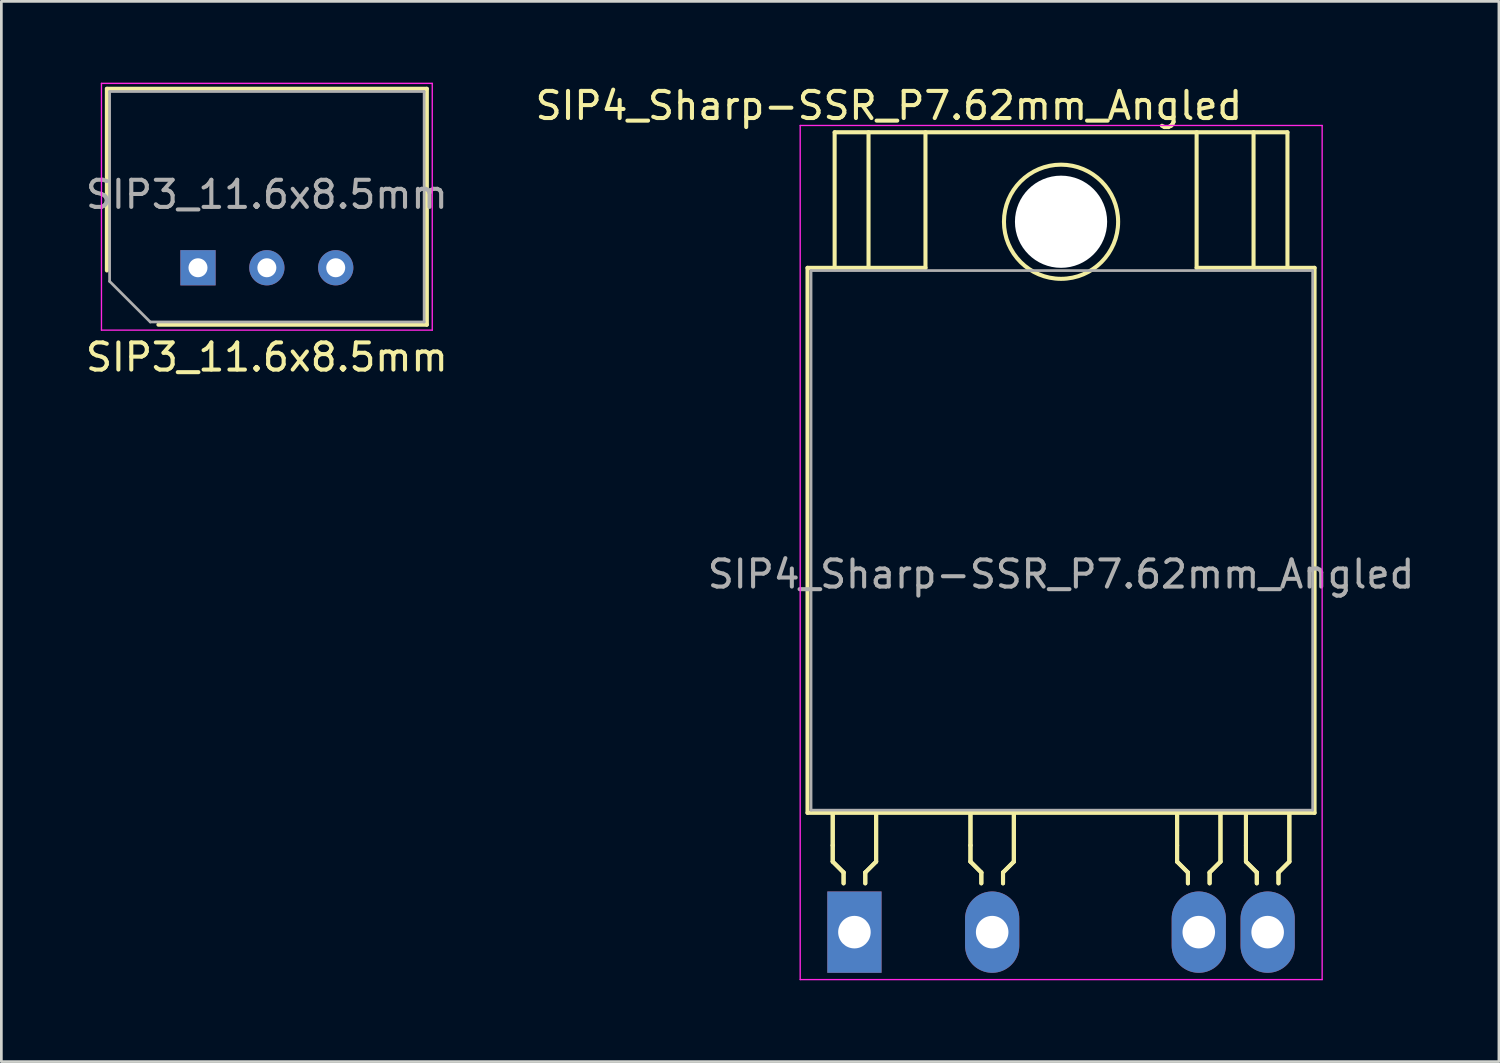
<source format=kicad_pcb>
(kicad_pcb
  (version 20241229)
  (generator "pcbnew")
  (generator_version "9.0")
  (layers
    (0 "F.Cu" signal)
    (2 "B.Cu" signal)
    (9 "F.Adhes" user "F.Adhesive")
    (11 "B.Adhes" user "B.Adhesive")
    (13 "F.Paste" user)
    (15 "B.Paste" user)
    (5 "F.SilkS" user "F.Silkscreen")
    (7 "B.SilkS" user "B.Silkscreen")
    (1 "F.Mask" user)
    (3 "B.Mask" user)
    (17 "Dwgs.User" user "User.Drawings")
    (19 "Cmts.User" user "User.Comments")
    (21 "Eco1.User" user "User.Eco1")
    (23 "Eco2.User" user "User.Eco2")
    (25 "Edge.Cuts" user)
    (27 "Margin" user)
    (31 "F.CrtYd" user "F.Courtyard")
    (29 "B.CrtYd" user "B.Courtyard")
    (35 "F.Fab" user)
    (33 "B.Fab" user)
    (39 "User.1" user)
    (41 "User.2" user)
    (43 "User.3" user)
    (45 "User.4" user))
  (footprint "SIP4_Sharp-SSR_P7.62mm_Angled"
    (layer "F.Cu")
    (at 28.462 31.328)
    (property "Reference" "SIP4_Sharp-SSR_P7.62mm_Angled" (at 1.27 -30.48 0) (layer "F.SilkS") (effects (font (size 1 1) (thickness 0.15))))
    (attr through_hole)
    (fp_line (start -1.73 -24.5) (end 2.62 -24.5) (stroke (width 0.15) (type solid)) (layer "F.SilkS"))
    (fp_line (start -1.73 -4.4) (end -1.73 -24.5) (stroke (width 0.15) (type solid)) (layer "F.SilkS"))
    (fp_line (start -0.8 -3.2) (end -0.8 -4.4) (stroke (width 0.15) (type solid)) (layer "F.SilkS"))
    (fp_line (start -0.8 -3.2) (end -0.8 -4.4) (stroke (width 0.15) (type solid)) (layer "F.SilkS"))
    (fp_line (start -0.8 -2.6) (end -0.8 -3.2) (stroke (width 0.15) (type solid)) (layer "F.SilkS"))
    (fp_line (start -0.8 -2.6) (end -0.8 -3.2) (stroke (width 0.15) (type solid)) (layer "F.SilkS"))
    (fp_line (start -0.73 -29.5) (end 15.97 -29.5) (stroke (width 0.15) (type solid)) (layer "F.SilkS"))
    (fp_line (start -0.73 -24.5) (end -0.73 -29.5) (stroke (width 0.15) (type solid)) (layer "F.SilkS"))
    (fp_line (start -0.4 -2.2) (end -0.8 -2.6) (stroke (width 0.15) (type solid)) (layer "F.SilkS"))
    (fp_line (start -0.4 -2.2) (end -0.8 -2.6) (stroke (width 0.15) (type solid)) (layer "F.SilkS"))
    (fp_line (start -0.4 -2.2) (end -0.4 -1.8) (stroke (width 0.15) (type solid)) (layer "F.SilkS"))
    (fp_line (start -0.4 -2.2) (end -0.4 -1.8) (stroke (width 0.15) (type solid)) (layer "F.SilkS"))
    (fp_line (start 0.4 -2.2) (end 0.8 -2.6) (stroke (width 0.15) (type solid)) (layer "F.SilkS"))
    (fp_line (start 0.4 -2.2) (end 0.8 -2.6) (stroke (width 0.15) (type solid)) (layer "F.SilkS"))
    (fp_line (start 0.4 -1.8) (end 0.4 -2.2) (stroke (width 0.15) (type solid)) (layer "F.SilkS"))
    (fp_line (start 0.4 -1.8) (end 0.4 -2.2) (stroke (width 0.15) (type solid)) (layer "F.SilkS"))
    (fp_line (start 0.52 -24.5) (end 0.52 -29.5) (stroke (width 0.15) (type solid)) (layer "F.SilkS"))
    (fp_line (start 0.8 -2.6) (end 0.8 -4.4) (stroke (width 0.15) (type solid)) (layer "F.SilkS"))
    (fp_line (start 0.8 -2.6) (end 0.8 -4.4) (stroke (width 0.15) (type solid)) (layer "F.SilkS"))
    (fp_line (start 2.62 -29.5) (end 2.62 -24.5) (stroke (width 0.15) (type solid)) (layer "F.SilkS"))
    (fp_line (start 4.28 -3.2) (end 4.28 -4.4) (stroke (width 0.15) (type solid)) (layer "F.SilkS"))
    (fp_line (start 4.28 -3.2) (end 4.28 -4.4) (stroke (width 0.15) (type solid)) (layer "F.SilkS"))
    (fp_line (start 4.28 -2.6) (end 4.28 -3.2) (stroke (width 0.15) (type solid)) (layer "F.SilkS"))
    (fp_line (start 4.28 -2.6) (end 4.28 -3.2) (stroke (width 0.15) (type solid)) (layer "F.SilkS"))
    (fp_line (start 4.68 -2.2) (end 4.28 -2.6) (stroke (width 0.15) (type solid)) (layer "F.SilkS"))
    (fp_line (start 4.68 -2.2) (end 4.28 -2.6) (stroke (width 0.15) (type solid)) (layer "F.SilkS"))
    (fp_line (start 4.68 -2.2) (end 4.68 -1.8) (stroke (width 0.15) (type solid)) (layer "F.SilkS"))
    (fp_line (start 4.68 -2.2) (end 4.68 -1.8) (stroke (width 0.15) (type solid)) (layer "F.SilkS"))
    (fp_line (start 5.48 -2.2) (end 5.88 -2.6) (stroke (width 0.15) (type solid)) (layer "F.SilkS"))
    (fp_line (start 5.48 -2.2) (end 5.88 -2.6) (stroke (width 0.15) (type solid)) (layer "F.SilkS"))
    (fp_line (start 5.48 -1.8) (end 5.48 -2.2) (stroke (width 0.15) (type solid)) (layer "F.SilkS"))
    (fp_line (start 5.48 -1.8) (end 5.48 -2.2) (stroke (width 0.15) (type solid)) (layer "F.SilkS"))
    (fp_line (start 5.88 -2.6) (end 5.88 -4.4) (stroke (width 0.15) (type solid)) (layer "F.SilkS"))
    (fp_line (start 5.88 -2.6) (end 5.88 -4.4) (stroke (width 0.15) (type solid)) (layer "F.SilkS"))
    (fp_line (start 11.9 -3.2) (end 11.9 -4.4) (stroke (width 0.15) (type solid)) (layer "F.SilkS"))
    (fp_line (start 11.9 -3.2) (end 11.9 -4.4) (stroke (width 0.15) (type solid)) (layer "F.SilkS"))
    (fp_line (start 11.9 -2.6) (end 11.9 -3.2) (stroke (width 0.15) (type solid)) (layer "F.SilkS"))
    (fp_line (start 11.9 -2.6) (end 11.9 -3.2) (stroke (width 0.15) (type solid)) (layer "F.SilkS"))
    (fp_line (start 12.3 -2.2) (end 11.9 -2.6) (stroke (width 0.15) (type solid)) (layer "F.SilkS"))
    (fp_line (start 12.3 -2.2) (end 11.9 -2.6) (stroke (width 0.15) (type solid)) (layer "F.SilkS"))
    (fp_line (start 12.3 -2.2) (end 12.3 -1.8) (stroke (width 0.15) (type solid)) (layer "F.SilkS"))
    (fp_line (start 12.3 -2.2) (end 12.3 -1.8) (stroke (width 0.15) (type solid)) (layer "F.SilkS"))
    (fp_line (start 12.62 -29.5) (end 12.62 -24.5) (stroke (width 0.15) (type solid)) (layer "F.SilkS"))
    (fp_line (start 12.62 -24.5) (end 16.97 -24.5) (stroke (width 0.15) (type solid)) (layer "F.SilkS"))
    (fp_line (start 13.1 -2.2) (end 13.5 -2.6) (stroke (width 0.15) (type solid)) (layer "F.SilkS"))
    (fp_line (start 13.1 -2.2) (end 13.5 -2.6) (stroke (width 0.15) (type solid)) (layer "F.SilkS"))
    (fp_line (start 13.1 -1.8) (end 13.1 -2.2) (stroke (width 0.15) (type solid)) (layer "F.SilkS"))
    (fp_line (start 13.1 -1.8) (end 13.1 -2.2) (stroke (width 0.15) (type solid)) (layer "F.SilkS"))
    (fp_line (start 13.5 -2.6) (end 13.5 -4.4) (stroke (width 0.15) (type solid)) (layer "F.SilkS"))
    (fp_line (start 13.5 -2.6) (end 13.5 -4.4) (stroke (width 0.15) (type solid)) (layer "F.SilkS"))
    (fp_line (start 14.44 -3.2) (end 14.44 -4.4) (stroke (width 0.15) (type solid)) (layer "F.SilkS"))
    (fp_line (start 14.44 -3.2) (end 14.44 -4.4) (stroke (width 0.15) (type solid)) (layer "F.SilkS"))
    (fp_line (start 14.44 -2.6) (end 14.44 -3.2) (stroke (width 0.15) (type solid)) (layer "F.SilkS"))
    (fp_line (start 14.44 -2.6) (end 14.44 -3.2) (stroke (width 0.15) (type solid)) (layer "F.SilkS"))
    (fp_line (start 14.72 -24.5) (end 14.72 -29.5) (stroke (width 0.15) (type solid)) (layer "F.SilkS"))
    (fp_line (start 14.84 -2.2) (end 14.44 -2.6) (stroke (width 0.15) (type solid)) (layer "F.SilkS"))
    (fp_line (start 14.84 -2.2) (end 14.44 -2.6) (stroke (width 0.15) (type solid)) (layer "F.SilkS"))
    (fp_line (start 14.84 -2.2) (end 14.84 -1.8) (stroke (width 0.15) (type solid)) (layer "F.SilkS"))
    (fp_line (start 14.84 -2.2) (end 14.84 -1.8) (stroke (width 0.15) (type solid)) (layer "F.SilkS"))
    (fp_line (start 15.64 -2.2) (end 16.04 -2.6) (stroke (width 0.15) (type solid)) (layer "F.SilkS"))
    (fp_line (start 15.64 -2.2) (end 16.04 -2.6) (stroke (width 0.15) (type solid)) (layer "F.SilkS"))
    (fp_line (start 15.64 -1.8) (end 15.64 -2.2) (stroke (width 0.15) (type solid)) (layer "F.SilkS"))
    (fp_line (start 15.64 -1.8) (end 15.64 -2.2) (stroke (width 0.15) (type solid)) (layer "F.SilkS"))
    (fp_line (start 15.97 -24.5) (end 15.97 -29.5) (stroke (width 0.15) (type solid)) (layer "F.SilkS"))
    (fp_line (start 16.04 -2.6) (end 16.04 -4.4) (stroke (width 0.15) (type solid)) (layer "F.SilkS"))
    (fp_line (start 16.04 -2.6) (end 16.04 -4.4) (stroke (width 0.15) (type solid)) (layer "F.SilkS"))
    (fp_line (start 16.97 -24.5) (end 16.97 -4.4) (stroke (width 0.15) (type solid)) (layer "F.SilkS"))
    (fp_line (start 16.97 -4.4) (end -1.73 -4.4) (stroke (width 0.15) (type solid)) (layer "F.SilkS"))
    (fp_circle (center 7.62 -26.2) (end 9.35 -27.4) (stroke (width 0.15) (type solid)) (fill no) (layer "F.SilkS"))
    (fp_line (start -2 -29.75) (end 17.25 -29.75) (stroke (width 0.05) (type solid)) (layer "F.CrtYd"))
    (fp_line (start -2 1.75) (end -2 -29.75) (stroke (width 0.05) (type solid)) (layer "F.CrtYd"))
    (fp_line (start 17.25 -29.75) (end 17.25 1.75) (stroke (width 0.05) (type solid)) (layer "F.CrtYd"))
    (fp_line (start 17.25 1.75) (end -2 1.75) (stroke (width 0.05) (type solid)) (layer "F.CrtYd"))
    (fp_line (start -1.6 -24.4) (end 16.9 -24.4) (stroke (width 0.1) (type solid)) (layer "F.Fab"))
    (fp_line (start -1.6 -4.5) (end -1.6 -24.4) (stroke (width 0.1) (type solid)) (layer "F.Fab"))
    (fp_line (start 16.9 -24.4) (end 16.9 -4.5) (stroke (width 0.1) (type solid)) (layer "F.Fab"))
    (fp_line (start 16.9 -4.5) (end -1.6 -4.5) (stroke (width 0.1) (type solid)) (layer "F.Fab"))
    (fp_text user "${REFERENCE}" (at 7.62 -13.2 0) (layer "F.Fab") (effects (font (size 1 1) (thickness 0.15))))
    (pad "" np_thru_hole circle (at 7.62 -26.2) (size 3.4 3.4) (drill 3.4) (layers "*.Cu" "*.Mask"))
    (pad "1" thru_hole rect (at 0 0) (size 2 3) (drill 1.2) (layers "*.Cu" "*.Mask"))
    (pad "2" thru_hole oval (at 5.08 0) (size 2 3) (drill 1.2) (layers "*.Cu" "*.Mask"))
    (pad "3" thru_hole oval (at 12.7 0) (size 2 3) (drill 1.2) (layers "*.Cu" "*.Mask"))
    (pad "4" thru_hole oval (at 15.24 0) (size 2 3) (drill 1.2) (layers "*.Cu" "*.Mask")))
  (footprint "SIP3_11.6x8.5mm"
    (layer "F.Cu")
    (at 4.252 6.825)
    (property "Reference" "SIP3_11.6x8.5mm" (at 2.54 3.3 180) (layer "F.SilkS") (effects (font (size 1 1) (thickness 0.15))))
    (attr through_hole)
    (fp_line (start -3.36 -6.6) (end 8.44 -6.6) (stroke (width 0.15) (type solid)) (layer "F.SilkS"))
    (fp_line (start -3.36 0.1) (end -3.36 -6.6) (stroke (width 0.15) (type solid)) (layer "F.SilkS"))
    (fp_line (start -1.46 2.1) (end 8.44 2.1) (stroke (width 0.15) (type solid)) (layer "F.SilkS"))
    (fp_line (start 8.44 -6.6) (end 8.44 2.1) (stroke (width 0.15) (type solid)) (layer "F.SilkS"))
    (fp_line (start -3.56 2.3) (end -3.56 -6.8) (stroke (width 0.05) (type solid)) (layer "F.CrtYd"))
    (fp_line (start 8.64 -6.8) (end -3.56 -6.8) (stroke (width 0.05) (type solid)) (layer "F.CrtYd"))
    (fp_line (start 8.64 2.3) (end -3.56 2.3) (stroke (width 0.05) (type solid)) (layer "F.CrtYd"))
    (fp_line (start 8.64 2.3) (end 8.64 -6.8) (stroke (width 0.05) (type solid)) (layer "F.CrtYd"))
    (fp_line (start -3.26 -6.5) (end -3.26 0.5) (stroke (width 0.1) (type solid)) (layer "F.Fab"))
    (fp_line (start -3.26 0.5) (end -1.76 2) (stroke (width 0.1) (type solid)) (layer "F.Fab"))
    (fp_line (start 8.34 -6.5) (end -3.26 -6.5) (stroke (width 0.1) (type solid)) (layer "F.Fab"))
    (fp_line (start 8.34 2) (end -1.76 2) (stroke (width 0.1) (type solid)) (layer "F.Fab"))
    (fp_line (start 8.34 2) (end 8.34 -6.5) (stroke (width 0.1) (type solid)) (layer "F.Fab"))
    (fp_text user "${REFERENCE}" (at 2.54 -2.7 180) (layer "F.Fab") (effects (font (size 1 1) (thickness 0.15))))
    (pad "1" thru_hole rect (at 0 0 270) (size 1.3 1.3) (drill 0.7) (layers "*.Cu" "*.Mask"))
    (pad "2" thru_hole circle (at 2.54 0 180) (size 1.3 1.3) (drill 0.7) (layers "*.Cu" "*.Mask"))
    (pad "3" thru_hole circle (at 5.08 0 270) (size 1.3 1.3) (drill 0.7) (layers "*.Cu" "*.Mask")))
  (gr_rect
    (start -3 -3)
    (end 52.231 36.103)
    (stroke (width 0.1) (type default))
    (fill no)
    (layer "Edge.Cuts")))
</source>
